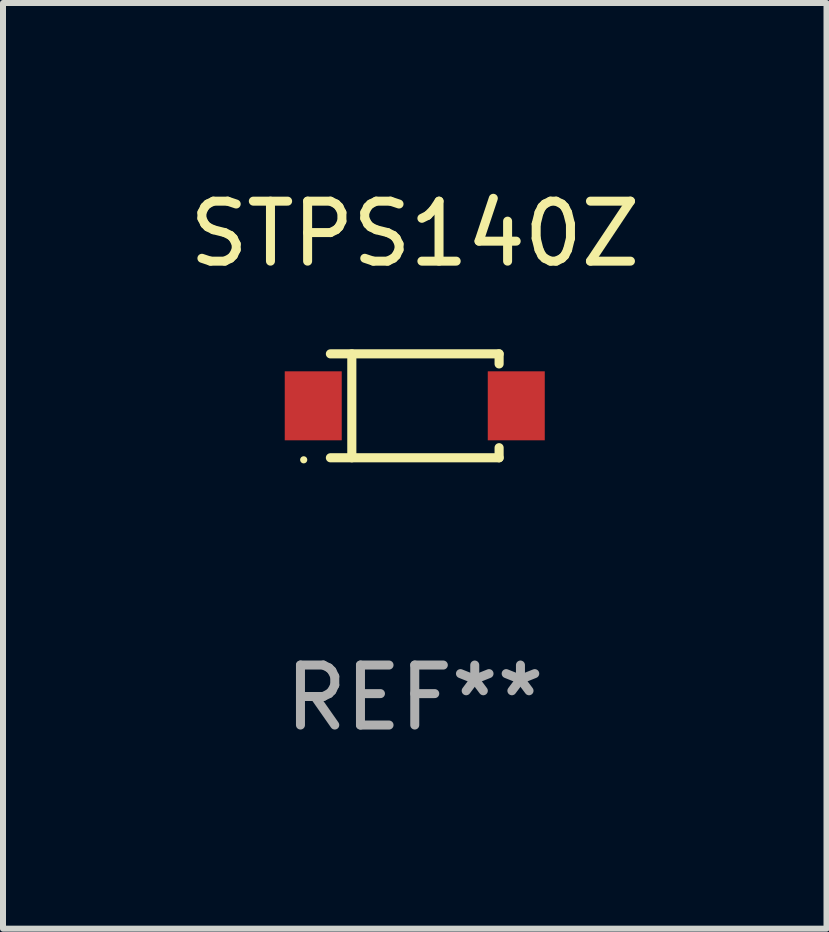
<source format=kicad_pcb>
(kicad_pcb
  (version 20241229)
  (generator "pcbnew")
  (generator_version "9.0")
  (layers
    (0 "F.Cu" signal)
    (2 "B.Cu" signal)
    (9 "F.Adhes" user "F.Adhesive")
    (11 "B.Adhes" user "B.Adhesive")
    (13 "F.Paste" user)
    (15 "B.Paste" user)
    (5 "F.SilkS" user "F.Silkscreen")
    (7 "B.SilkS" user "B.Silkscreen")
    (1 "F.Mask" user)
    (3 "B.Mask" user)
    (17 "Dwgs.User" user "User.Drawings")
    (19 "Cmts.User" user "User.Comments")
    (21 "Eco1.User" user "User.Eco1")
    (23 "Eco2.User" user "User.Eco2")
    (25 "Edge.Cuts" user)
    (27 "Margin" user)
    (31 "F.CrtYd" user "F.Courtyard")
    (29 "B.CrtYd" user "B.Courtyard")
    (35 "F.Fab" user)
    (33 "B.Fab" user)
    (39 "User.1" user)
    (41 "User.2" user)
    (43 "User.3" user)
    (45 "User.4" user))
  (footprint "STPS140Z"
    (layer "F.Cu")
    (at 3.863 3.714)
    (property "Reference" "STPS140Z" (at 0 -2.866 0) (layer "F.SilkS") (effects (font (size 1 1) (thickness 0.15))))
    (attr through_hole)
    (fp_line (start -1.406 -0.866) (end 1.406 -0.866) (stroke (width 0.152) (type solid)) (layer "F.SilkS"))
    (fp_line (start -1.406 0.866) (end 1.406 0.866) (stroke (width 0.152) (type solid)) (layer "F.SilkS"))
    (fp_line (start -1.049 -0.866) (end -1.049 0.866) (stroke (width 0.152) (type solid)) (layer "F.SilkS"))
    (fp_line (start 1.406 -0.866) (end 1.406 -0.698) (stroke (width 0.152) (type solid)) (layer "F.SilkS"))
    (fp_line (start 1.406 0.866) (end 1.406 0.698) (stroke (width 0.152) (type solid)) (layer "F.SilkS"))
    (fp_circle (center -1.851 0.9) (end -1.821 0.9) (stroke (width 0.06) (type solid)) (fill no) (layer "F.SilkS"))
    (fp_text user "REF**" (at 0 4.866 0) (layer "F.Fab") (effects (font (size 1 1) (thickness 0.15))))
    (pad "1" smd rect (at -1.692 0) (size 0.95 1.15) (layers "F.Cu" "F.Mask" "F.Paste"))
    (pad "2" smd rect (at 1.692 0) (size 0.95 1.15) (layers "F.Cu" "F.Mask" "F.Paste")))
  (gr_rect
    (start -3 -3)
    (end 10.726 12.429)
    (stroke (width 0.1) (type default))
    (fill no)
    (layer "Edge.Cuts")))
</source>
